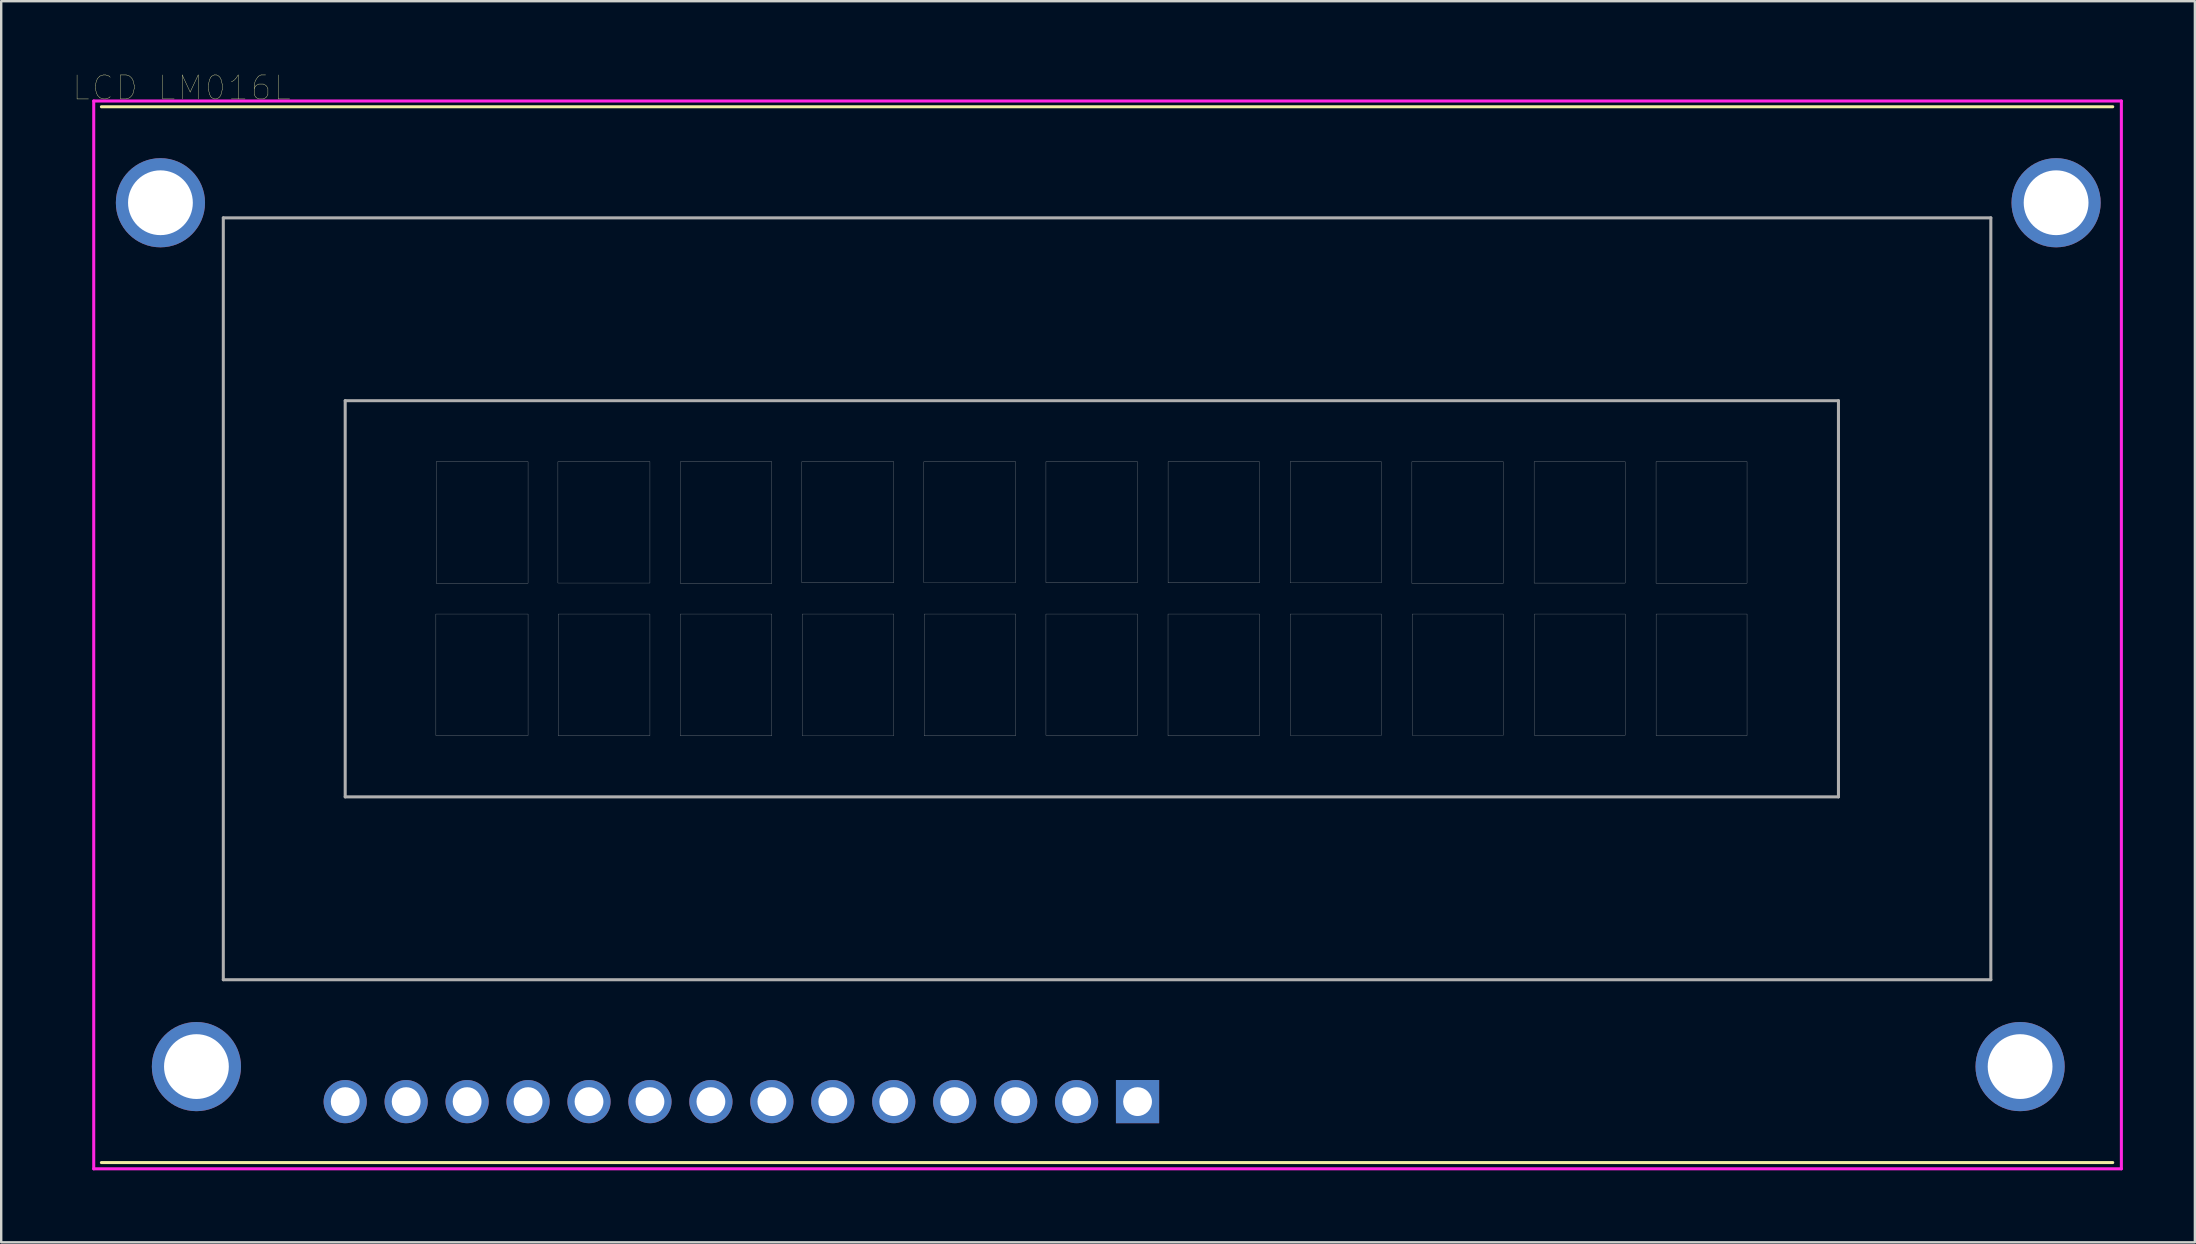
<source format=kicad_pcb>
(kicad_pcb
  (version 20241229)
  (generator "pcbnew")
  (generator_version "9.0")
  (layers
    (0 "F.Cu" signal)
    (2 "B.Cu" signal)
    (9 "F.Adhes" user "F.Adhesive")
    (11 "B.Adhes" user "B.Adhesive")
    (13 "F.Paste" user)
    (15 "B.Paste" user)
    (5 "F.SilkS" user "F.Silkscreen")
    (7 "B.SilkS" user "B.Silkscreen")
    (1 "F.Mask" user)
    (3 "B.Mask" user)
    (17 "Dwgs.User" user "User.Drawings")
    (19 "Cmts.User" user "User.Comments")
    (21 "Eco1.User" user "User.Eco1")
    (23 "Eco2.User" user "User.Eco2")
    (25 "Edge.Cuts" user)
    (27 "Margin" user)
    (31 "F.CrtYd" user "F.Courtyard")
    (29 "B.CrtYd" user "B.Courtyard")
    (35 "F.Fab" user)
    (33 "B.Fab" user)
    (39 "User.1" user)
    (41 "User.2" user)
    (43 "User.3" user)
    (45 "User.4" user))
  (footprint "LCD_LM016L"
    (layer "F.Cu")
    (at 44.356 42.859)
    (property "Reference" "LCD_LM016L" (at -39.837 -42.248 0) (layer "F.SilkS") (effects (font (size 1 1) (thickness 0.015))))
    (attr through_hole)
    (fp_line (start -43.18 -41.46) (end 40.64 -41.46) (stroke (width 0.127) (type solid)) (layer "F.SilkS"))
    (fp_line (start -43.18 2.54) (end 40.64 2.54) (stroke (width 0.127) (type solid)) (layer "F.SilkS"))
    (fp_line (start -43.5 -41.7) (end 41 -41.7) (stroke (width 0.127) (type solid)) (layer "F.CrtYd"))
    (fp_line (start -43.5 2.8) (end -43.5 -41.7) (stroke (width 0.127) (type solid)) (layer "F.CrtYd"))
    (fp_line (start 41 -41.7) (end 41 2.8) (stroke (width 0.127) (type solid)) (layer "F.CrtYd"))
    (fp_line (start 41 2.8) (end -43.5 2.8) (stroke (width 0.127) (type solid)) (layer "F.CrtYd"))
    (fp_line (start -38.1 -36.83) (end -38.1 -5.08) (stroke (width 0.127) (type solid)) (layer "F.Fab"))
    (fp_line (start -38.1 -5.08) (end 35.56 -5.08) (stroke (width 0.127) (type solid)) (layer "F.Fab"))
    (fp_line (start -33.02 -29.21) (end -33.02 -12.7) (stroke (width 0.127) (type solid)) (layer "F.Fab"))
    (fp_line (start -33.02 -12.7) (end 29.21 -12.7) (stroke (width 0.127) (type solid)) (layer "F.Fab"))
    (fp_line (start 29.21 -29.21) (end -33.02 -29.21) (stroke (width 0.127) (type solid)) (layer "F.Fab"))
    (fp_line (start 29.21 -12.7) (end 29.21 -29.21) (stroke (width 0.127) (type solid)) (layer "F.Fab"))
    (fp_line (start 35.56 -36.83) (end -38.1 -36.83) (stroke (width 0.127) (type solid)) (layer "F.Fab"))
    (fp_line (start 35.56 -5.08) (end 35.56 -36.83) (stroke (width 0.127) (type solid)) (layer "F.Fab"))
    (fp_poly (pts (xy -29.24 -20.32) (xy -25.4 -20.32) (xy -25.4 -15.256) (xy -29.24 -15.256)) (stroke (width 0.01) (type solid)) (fill no) (layer "F.Fab"))
    (fp_poly (pts (xy -29.229 -26.67) (xy -25.4 -26.67) (xy -25.4 -21.604) (xy -29.229 -21.604)) (stroke (width 0.01) (type solid)) (fill no) (layer "F.Fab"))
    (fp_poly (pts (xy -24.155 -26.67) (xy -20.32 -26.67) (xy -20.32 -21.612) (xy -24.155 -21.612)) (stroke (width 0.01) (type solid)) (fill no) (layer "F.Fab"))
    (fp_poly (pts (xy -24.146 -20.32) (xy -20.32 -20.32) (xy -20.32 -15.25) (xy -24.146 -15.25)) (stroke (width 0.01) (type solid)) (fill no) (layer "F.Fab"))
    (fp_poly (pts (xy -19.06 -20.32) (xy -15.24 -20.32) (xy -15.24 -15.248) (xy -19.06 -15.248)) (stroke (width 0.01) (type solid)) (fill no) (layer "F.Fab"))
    (fp_poly (pts (xy -19.052 -26.67) (xy -15.24 -26.67) (xy -15.24 -21.593) (xy -19.052 -21.593)) (stroke (width 0.01) (type solid)) (fill no) (layer "F.Fab"))
    (fp_poly (pts (xy -13.993 -26.67) (xy -10.16 -26.67) (xy -10.16 -21.626) (xy -13.993 -21.626)) (stroke (width 0.01) (type solid)) (fill no) (layer "F.Fab"))
    (fp_poly (pts (xy -13.974 -20.32) (xy -10.16 -20.32) (xy -10.16 -15.244) (xy -13.974 -15.244)) (stroke (width 0.01) (type solid)) (fill no) (layer "F.Fab"))
    (fp_poly (pts (xy -8.905 -26.67) (xy -5.08 -26.67) (xy -5.08 -21.625) (xy -8.905 -21.625)) (stroke (width 0.01) (type solid)) (fill no) (layer "F.Fab"))
    (fp_poly (pts (xy -8.894 -20.32) (xy -5.08 -20.32) (xy -5.08 -15.246) (xy -8.894 -15.246)) (stroke (width 0.01) (type solid)) (fill no) (layer "F.Fab"))
    (fp_poly (pts (xy -3.817 -20.32) (xy 0 -20.32) (xy 0 -15.267) (xy -3.817 -15.267)) (stroke (width 0.01) (type solid)) (fill no) (layer "F.Fab"))
    (fp_poly (pts (xy -3.817 -26.67) (xy 0 -26.67) (xy 0 -21.627) (xy -3.817 -21.627)) (stroke (width 0.01) (type solid)) (fill no) (layer "F.Fab"))
    (fp_poly (pts (xy 1.27 -20.32) (xy 5.08 -20.32) (xy 5.08 -15.245) (xy 1.27 -15.245)) (stroke (width 0.01) (type solid)) (fill no) (layer "F.Fab"))
    (fp_poly (pts (xy 1.272 -26.67) (xy 5.08 -26.67) (xy 5.08 -21.618) (xy 1.272 -21.618)) (stroke (width 0.01) (type solid)) (fill no) (layer "F.Fab"))
    (fp_poly (pts (xy 6.359 -20.32) (xy 10.16 -20.32) (xy 10.16 -15.261) (xy 6.359 -15.261)) (stroke (width 0.01) (type solid)) (fill no) (layer "F.Fab"))
    (fp_poly (pts (xy 6.359 -26.67) (xy 10.16 -26.67) (xy 10.16 -21.62) (xy 6.359 -21.62)) (stroke (width 0.01) (type solid)) (fill no) (layer "F.Fab"))
    (fp_poly (pts (xy 11.434 -26.67) (xy 15.24 -26.67) (xy 15.24 -21.597) (xy 11.434 -21.597)) (stroke (width 0.01) (type solid)) (fill no) (layer "F.Fab"))
    (fp_poly (pts (xy 11.447 -20.32) (xy 15.24 -20.32) (xy 15.24 -15.263) (xy 11.447 -15.263)) (stroke (width 0.01) (type solid)) (fill no) (layer "F.Fab"))
    (fp_poly (pts (xy 16.526 -26.67) (xy 20.32 -26.67) (xy 20.32 -21.611) (xy 16.526 -21.611)) (stroke (width 0.01) (type solid)) (fill no) (layer "F.Fab"))
    (fp_poly (pts (xy 16.536 -20.32) (xy 20.32 -20.32) (xy 20.32 -15.264) (xy 16.536 -15.264)) (stroke (width 0.01) (type solid)) (fill no) (layer "F.Fab"))
    (fp_poly (pts (xy 21.608 -26.67) (xy 25.4 -26.67) (xy 25.4 -21.608) (xy 21.608 -21.608)) (stroke (width 0.01) (type solid)) (fill no) (layer "F.Fab"))
    (fp_poly (pts (xy 21.61 -20.32) (xy 25.4 -20.32) (xy 25.4 -15.254) (xy 21.61 -15.254)) (stroke (width 0.01) (type solid)) (fill no) (layer "F.Fab"))
    (pad "1" thru_hole rect (at 0 0) (size 1.8 1.8) (drill 1.2) (layers "*.Cu" "*.Mask"))
    (pad "2" thru_hole circle (at -2.54 0) (size 1.8 1.8) (drill 1.2) (layers "*.Cu" "*.Mask"))
    (pad "3" thru_hole circle (at -5.08 0) (size 1.8 1.8) (drill 1.2) (layers "*.Cu" "*.Mask"))
    (pad "4" thru_hole circle (at -7.62 0) (size 1.8 1.8) (drill 1.2) (layers "*.Cu" "*.Mask"))
    (pad "5" thru_hole circle (at -10.16 0) (size 1.8 1.8) (drill 1.2) (layers "*.Cu" "*.Mask"))
    (pad "6" thru_hole circle (at -12.7 0) (size 1.8 1.8) (drill 1.2) (layers "*.Cu" "*.Mask"))
    (pad "7" thru_hole circle (at -15.24 0) (size 1.8 1.8) (drill 1.2) (layers "*.Cu" "*.Mask"))
    (pad "8" thru_hole circle (at -17.78 0) (size 1.8 1.8) (drill 1.2) (layers "*.Cu" "*.Mask"))
    (pad "9" thru_hole circle (at -20.32 0) (size 1.8 1.8) (drill 1.2) (layers "*.Cu" "*.Mask"))
    (pad "10" thru_hole circle (at -22.86 0) (size 1.8 1.8) (drill 1.2) (layers "*.Cu" "*.Mask"))
    (pad "11" thru_hole circle (at -25.4 0) (size 1.8 1.8) (drill 1.2) (layers "*.Cu" "*.Mask"))
    (pad "12" thru_hole circle (at -27.94 0) (size 1.8 1.8) (drill 1.2) (layers "*.Cu" "*.Mask"))
    (pad "13" thru_hole circle (at -30.48 0) (size 1.8 1.8) (drill 1.2) (layers "*.Cu" "*.Mask"))
    (pad "14" thru_hole circle (at -33.02 0) (size 1.8 1.8) (drill 1.2) (layers "*.Cu" "*.Mask"))
    (pad "15" thru_hole circle (at 36.78 -1.46) (size 3.716 3.716) (drill 2.7) (layers "*.Cu" "*.Mask"))
    (pad "16" thru_hole circle (at -39.22 -1.46) (size 3.716 3.716) (drill 2.7) (layers "*.Cu" "*.Mask"))
    (pad "17" thru_hole circle (at -40.72 -37.46) (size 3.716 3.716) (drill 2.7) (layers "*.Cu" "*.Mask"))
    (pad "18" thru_hole circle (at 38.28 -37.46) (size 3.716 3.716) (drill 2.7) (layers "*.Cu" "*.Mask")))
  (gr_rect
    (start -3 -3)
    (end 88.42 48.723)
    (stroke (width 0.1) (type default))
    (fill no)
    (layer "Edge.Cuts")))
</source>
